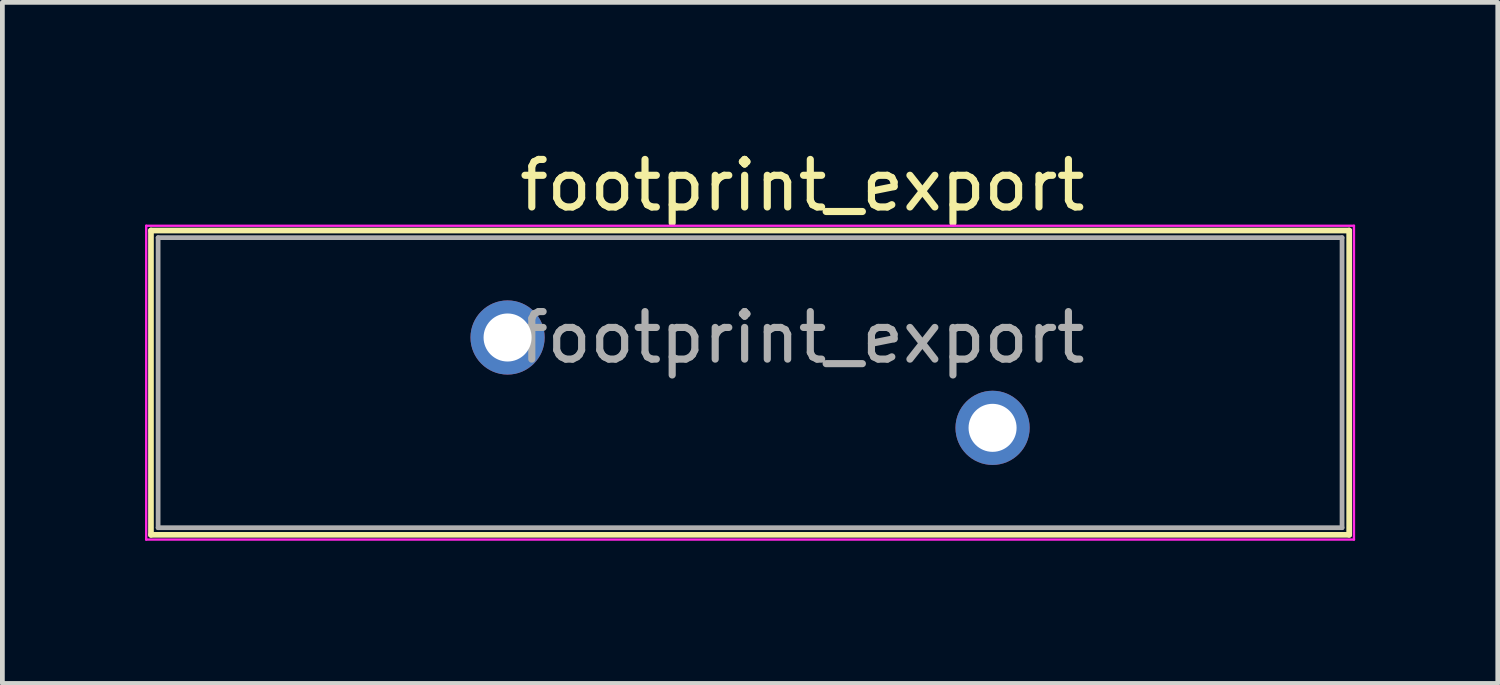
<source format=kicad_pcb>
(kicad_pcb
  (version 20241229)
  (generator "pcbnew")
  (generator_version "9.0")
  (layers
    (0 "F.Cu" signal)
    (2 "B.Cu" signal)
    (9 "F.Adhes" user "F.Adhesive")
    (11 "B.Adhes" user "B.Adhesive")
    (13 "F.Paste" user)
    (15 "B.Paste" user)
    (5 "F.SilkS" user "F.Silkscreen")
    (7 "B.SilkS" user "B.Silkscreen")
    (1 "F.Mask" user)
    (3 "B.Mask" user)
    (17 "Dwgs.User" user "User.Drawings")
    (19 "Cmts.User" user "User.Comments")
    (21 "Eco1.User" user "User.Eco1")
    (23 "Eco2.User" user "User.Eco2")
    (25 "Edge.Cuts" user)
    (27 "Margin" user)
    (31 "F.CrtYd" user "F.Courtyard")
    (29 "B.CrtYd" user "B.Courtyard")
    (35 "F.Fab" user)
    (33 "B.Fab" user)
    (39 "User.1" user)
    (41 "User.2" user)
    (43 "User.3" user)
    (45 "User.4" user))
  (footprint "footprint_export"
    (layer "F.Cu")
    (at 7.625 4.048)
    (property "Reference" "footprint_export" (at 6.2 -3.2 0) (layer "F.SilkS") (effects (font (size 1 1) (thickness 0.15))))
    (attr through_hole)
    (fp_line (start -7.5 -2.25) (end -7.5 4.15) (stroke (width 0.12) (type solid)) (layer "F.SilkS"))
    (fp_line (start -7.5 -2.25) (end 17.7 -2.25) (stroke (width 0.12) (type solid)) (layer "F.SilkS"))
    (fp_line (start -7.5 4.15) (end 17.7 4.15) (stroke (width 0.12) (type solid)) (layer "F.SilkS"))
    (fp_line (start 17.7 -2.25) (end 17.7 4.15) (stroke (width 0.12) (type solid)) (layer "F.SilkS"))
    (fp_line (start -7.6 -2.35) (end -7.6 4.25) (stroke (width 0.05) (type solid)) (layer "F.CrtYd"))
    (fp_line (start -7.6 -2.35) (end 17.8 -2.35) (stroke (width 0.05) (type solid)) (layer "F.CrtYd"))
    (fp_line (start -7.6 4.25) (end 17.8 4.25) (stroke (width 0.05) (type solid)) (layer "F.CrtYd"))
    (fp_line (start 17.8 -2.35) (end 17.8 4.25) (stroke (width 0.05) (type solid)) (layer "F.CrtYd"))
    (fp_line (start -7.35 -2.1) (end -7.35 4) (stroke (width 0.1) (type solid)) (layer "F.Fab"))
    (fp_line (start -7.35 -2.1) (end 17.55 -2.1) (stroke (width 0.1) (type solid)) (layer "F.Fab"))
    (fp_line (start -7.35 4) (end 17.55 4) (stroke (width 0.1) (type solid)) (layer "F.Fab"))
    (fp_line (start 17.55 -2.1) (end 17.55 4) (stroke (width 0.1) (type solid)) (layer "F.Fab"))
    (fp_text user "${REFERENCE}" (at 6.2 0 0) (layer "F.Fab") (effects (font (size 1 1) (thickness 0.15))))
    (pad "1" thru_hole circle (at 0 0) (size 1.56 1.56) (drill 1.01) (layers "*.Cu" "*.Mask"))
    (pad "2" thru_hole circle (at 10.2 1.9) (size 1.56 1.56) (drill 1.01) (layers "*.Cu" "*.Mask")))
  (gr_rect
    (start -3 -3)
    (end 28.45 11.323)
    (stroke (width 0.1) (type default))
    (fill no)
    (layer "Edge.Cuts")))
</source>
